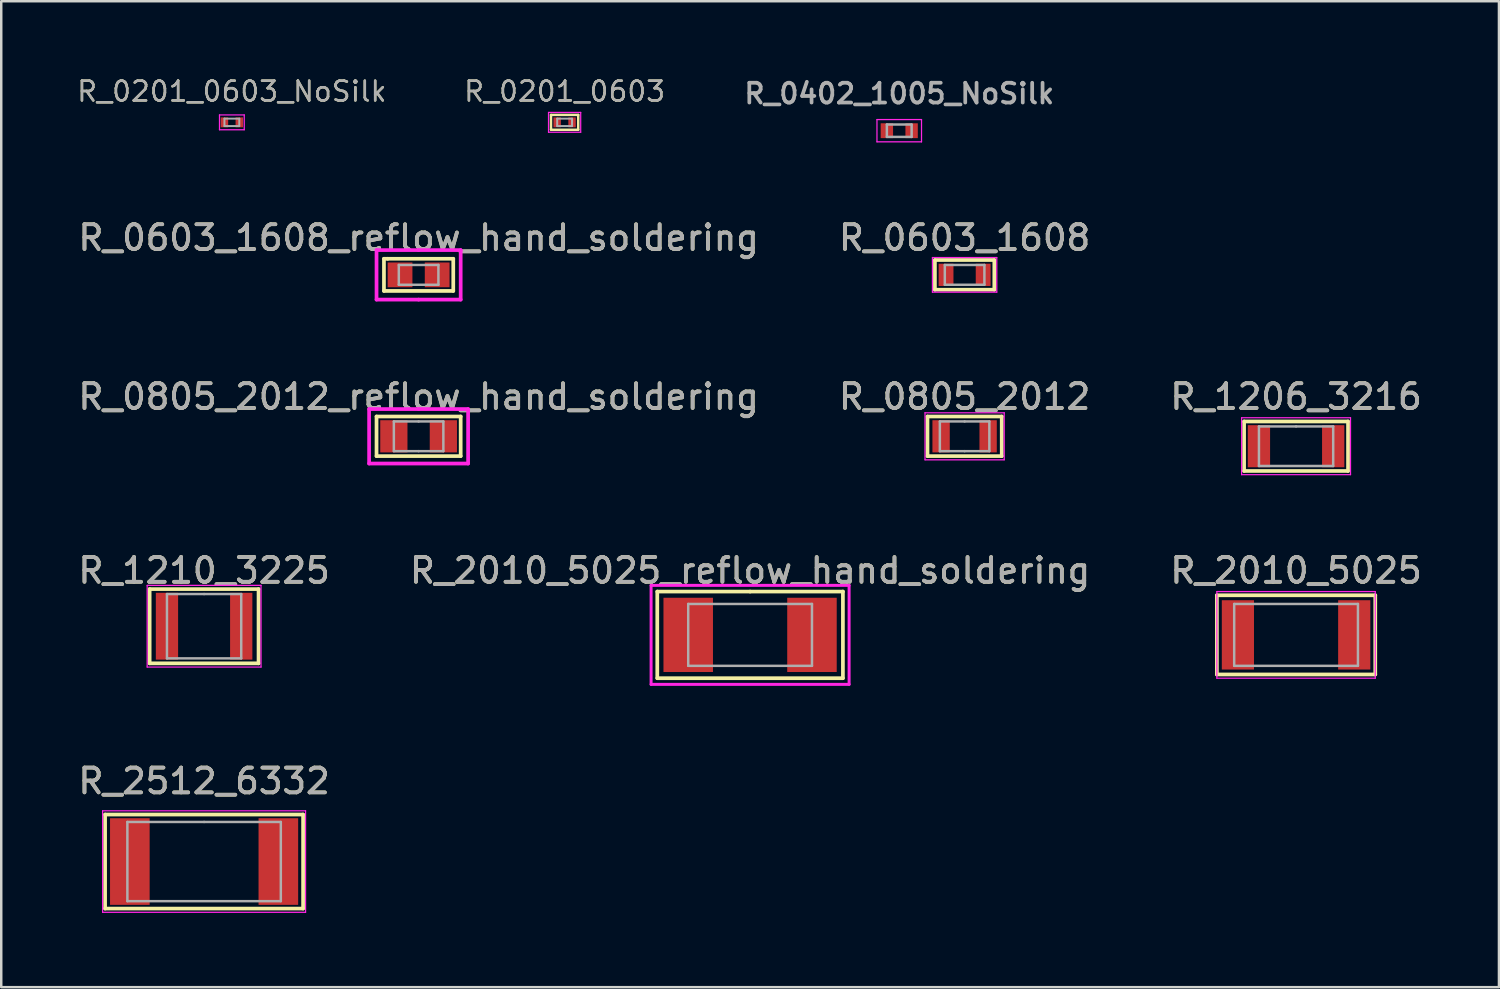
<source format=kicad_pcb>
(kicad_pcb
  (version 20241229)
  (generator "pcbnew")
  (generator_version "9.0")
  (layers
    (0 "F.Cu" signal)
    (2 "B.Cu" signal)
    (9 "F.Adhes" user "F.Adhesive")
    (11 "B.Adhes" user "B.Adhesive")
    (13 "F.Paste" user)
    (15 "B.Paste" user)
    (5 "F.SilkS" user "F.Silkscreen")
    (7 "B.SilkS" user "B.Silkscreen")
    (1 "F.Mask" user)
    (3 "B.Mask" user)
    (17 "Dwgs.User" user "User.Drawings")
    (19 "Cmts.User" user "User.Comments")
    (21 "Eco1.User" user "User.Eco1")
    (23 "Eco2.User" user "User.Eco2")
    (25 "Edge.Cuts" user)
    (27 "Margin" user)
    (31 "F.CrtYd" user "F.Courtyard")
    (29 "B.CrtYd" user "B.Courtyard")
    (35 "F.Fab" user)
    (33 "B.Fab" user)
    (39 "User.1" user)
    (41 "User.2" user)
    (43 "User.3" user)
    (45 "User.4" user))
  (footprint "R_2010_5025_reflow_hand_soldering"
    (layer "F.Cu")
    (at 27.256 22.601)
    (property "Reference" "R_2010_5025_reflow_hand_soldering" (at 0 -2.6 0) (layer "F.SilkS") (effects (font (size 1 1) (thickness 0.15))))
    (attr smd)
    (fp_line (start -3.75 -1.75) (end 0 -1.75) (stroke (width 0.15) (type solid)) (layer "F.SilkS"))
    (fp_line (start -3.75 1.75) (end -3.75 -1.75) (stroke (width 0.15) (type solid)) (layer "F.SilkS"))
    (fp_line (start 0 -1.75) (end 3.75 -1.75) (stroke (width 0.15) (type solid)) (layer "F.SilkS"))
    (fp_line (start 3.75 -1.75) (end 3.75 1.75) (stroke (width 0.15) (type solid)) (layer "F.SilkS"))
    (fp_line (start 3.75 1.75) (end -3.75 1.75) (stroke (width 0.15) (type solid)) (layer "F.SilkS"))
    (fp_line (start -4 -2) (end 4 -2) (stroke (width 0.12) (type solid)) (layer "F.CrtYd"))
    (fp_line (start -4 2) (end -4 -2) (stroke (width 0.12) (type solid)) (layer "F.CrtYd"))
    (fp_line (start 4 -2) (end 4 2) (stroke (width 0.12) (type solid)) (layer "F.CrtYd"))
    (fp_line (start 4 2) (end -4 2) (stroke (width 0.12) (type solid)) (layer "F.CrtYd"))
    (fp_line (start -2.5 -1.25) (end -2.5 1.25) (stroke (width 0.1) (type solid)) (layer "F.Fab"))
    (fp_line (start -2.5 1.25) (end 2.5 1.25) (stroke (width 0.1) (type solid)) (layer "F.Fab"))
    (fp_line (start 2.5 -1.25) (end -2.5 -1.25) (stroke (width 0.1) (type solid)) (layer "F.Fab"))
    (fp_line (start 2.5 1.25) (end 2.5 -1.25) (stroke (width 0.1) (type solid)) (layer "F.Fab"))
    (fp_text user "${REFERENCE}" (at 0 -2.6 0) (layer "F.Fab") (effects (font (size 1 1) (thickness 0.15))))
    (pad "1" smd rect (at -2.5 0) (size 2 3) (layers "F.Cu" "F.Mask" "F.Paste"))
    (pad "2" smd rect (at 2.5 0) (size 2 3) (layers "F.Cu" "F.Mask" "F.Paste")))
  (footprint "R_1206_3216"
    (layer "F.Cu")
    (at 49.315 14.978)
    (property "Reference" "R_1206_3216" (at 0 -2 0) (layer "F.SilkS") (effects (font (size 1 1) (thickness 0.15))))
    (attr smd)
    (fp_line (start -2.1 -1) (end -2.1 1) (stroke (width 0.15) (type solid)) (layer "F.SilkS"))
    (fp_line (start -2.1 -1) (end 2.1 -1) (stroke (width 0.15) (type solid)) (layer "F.SilkS"))
    (fp_line (start 2.1 -1) (end 2.1 1) (stroke (width 0.15) (type solid)) (layer "F.SilkS"))
    (fp_line (start 2.1 1) (end -2.1 1) (stroke (width 0.15) (type solid)) (layer "F.SilkS"))
    (fp_line (start -2.2 -1.15) (end -2.2 1.15) (stroke (width 0.05) (type solid)) (layer "F.CrtYd"))
    (fp_line (start -2.2 1.15) (end 2.2 1.15) (stroke (width 0.05) (type solid)) (layer "F.CrtYd"))
    (fp_line (start 2.2 -1.15) (end -2.2 -1.15) (stroke (width 0.05) (type solid)) (layer "F.CrtYd"))
    (fp_line (start 2.2 1.15) (end 2.2 -1.15) (stroke (width 0.05) (type solid)) (layer "F.CrtYd"))
    (fp_line (start -1.5 -0.8) (end 0 -0.8) (stroke (width 0.1) (type solid)) (layer "F.Fab"))
    (fp_line (start -1.5 0.8) (end -1.5 -0.8) (stroke (width 0.1) (type solid)) (layer "F.Fab"))
    (fp_line (start 0 -0.8) (end 1.5 -0.8) (stroke (width 0.1) (type solid)) (layer "F.Fab"))
    (fp_line (start 1.5 -0.8) (end 1.5 0.8) (stroke (width 0.1) (type solid)) (layer "F.Fab"))
    (fp_line (start 1.5 0.8) (end -1.5 0.8) (stroke (width 0.1) (type solid)) (layer "F.Fab"))
    (fp_text user "${REFERENCE}" (at 0 -2 0) (layer "F.Fab") (effects (font (size 1 1) (thickness 0.15))))
    (pad "1" smd rect (at -1.5 0) (size 0.9 1.7) (layers "F.Cu" "F.Mask" "F.Paste"))
    (pad "2" smd rect (at 1.5 0) (size 0.9 1.7) (layers "F.Cu" "F.Mask" "F.Paste")))
  (footprint "R_0201_0603_NoSilk"
    (layer "F.Cu")
    (at 6.318 1.893)
    (property "Reference" "R_0201_0603_NoSilk" (at 0 -1.25 0) (layer "F.SilkS") (effects (font (size 0.8 0.8) (thickness 0.1))))
    (attr smd)
    (fp_line (start -0.5 -0.3) (end -0.5 0.3) (stroke (width 0.05) (type solid)) (layer "F.CrtYd"))
    (fp_line (start -0.5 0.3) (end 0.5 0.3) (stroke (width 0.05) (type solid)) (layer "F.CrtYd"))
    (fp_line (start 0.5 -0.3) (end -0.5 -0.3) (stroke (width 0.05) (type solid)) (layer "F.CrtYd"))
    (fp_line (start 0.5 -0.3) (end 0.5 0.3) (stroke (width 0.05) (type solid)) (layer "F.CrtYd"))
    (fp_line (start -0.3 -0.15) (end -0.3 0.15) (stroke (width 0.08) (type solid)) (layer "F.Fab"))
    (fp_line (start -0.3 0.15) (end 0.3 0.15) (stroke (width 0.08) (type solid)) (layer "F.Fab"))
    (fp_line (start 0.3 -0.15) (end -0.3 -0.15) (stroke (width 0.08) (type solid)) (layer "F.Fab"))
    (fp_line (start 0.3 0.15) (end 0.3 -0.15) (stroke (width 0.08) (type solid)) (layer "F.Fab"))
    (fp_text user "${REFERENCE}" (at 0 -1.25 0) (layer "F.Fab") (effects (font (size 0.8 0.8) (thickness 0.1))))
    (pad "1" smd rect (at -0.3 0) (size 0.3 0.4) (layers "F.Cu" "F.Mask" "F.Paste"))
    (pad "2" smd rect (at 0.3 0) (size 0.3 0.4) (layers "F.Cu" "F.Mask" "F.Paste")))
  (footprint "R_1210_3225"
    (layer "F.Cu")
    (at 5.196 22.251)
    (property "Reference" "R_1210_3225" (at 0 -2.25 0) (layer "F.SilkS") (effects (font (size 1 1) (thickness 0.15))))
    (attr smd)
    (fp_line (start -2.2 -1.5) (end 2.2 -1.5) (stroke (width 0.15) (type solid)) (layer "F.SilkS"))
    (fp_line (start -2.2 1.5) (end -2.2 -1.5) (stroke (width 0.15) (type solid)) (layer "F.SilkS"))
    (fp_line (start 2.2 -1.5) (end 2.2 1.5) (stroke (width 0.15) (type solid)) (layer "F.SilkS"))
    (fp_line (start 2.2 1.5) (end -2.2 1.5) (stroke (width 0.15) (type solid)) (layer "F.SilkS"))
    (fp_line (start -2.3 -1.65) (end 2.3 -1.65) (stroke (width 0.05) (type solid)) (layer "F.CrtYd"))
    (fp_line (start -2.3 1.65) (end -2.3 -1.65) (stroke (width 0.05) (type solid)) (layer "F.CrtYd"))
    (fp_line (start 2.3 -1.65) (end 2.3 1.65) (stroke (width 0.05) (type solid)) (layer "F.CrtYd"))
    (fp_line (start 2.3 1.65) (end -2.3 1.65) (stroke (width 0.05) (type solid)) (layer "F.CrtYd"))
    (fp_line (start -1.5 -1.3) (end 0 -1.3) (stroke (width 0.1) (type solid)) (layer "F.Fab"))
    (fp_line (start -1.5 1.3) (end -1.5 -1.3) (stroke (width 0.1) (type solid)) (layer "F.Fab"))
    (fp_line (start 0 -1.3) (end 1.5 -1.3) (stroke (width 0.1) (type solid)) (layer "F.Fab"))
    (fp_line (start 1.5 -1.3) (end 1.5 1.3) (stroke (width 0.1) (type solid)) (layer "F.Fab"))
    (fp_line (start 1.5 1.3) (end -1.5 1.3) (stroke (width 0.1) (type solid)) (layer "F.Fab"))
    (fp_text user "${REFERENCE}" (at 0 -2.25 0) (layer "F.Fab") (effects (font (size 1 1) (thickness 0.15))))
    (pad "1" smd rect (at -1.5 0) (size 0.9 2.7) (layers "F.Cu" "F.Mask" "F.Paste"))
    (pad "2" smd rect (at 1.5 0) (size 0.9 2.7) (layers "F.Cu" "F.Mask" "F.Paste")))
  (footprint "R_0603_1608_reflow_hand_soldering"
    (layer "F.Cu")
    (at 13.863 8.055)
    (property "Reference" "R_0603_1608_reflow_hand_soldering" (at 0 -1.5 0) (layer "F.SilkS") (effects (font (size 1 1) (thickness 0.15))))
    (attr smd)
    (fp_line (start -1.4 -0.65) (end -1.25 -0.65) (stroke (width 0.15) (type solid)) (layer "F.SilkS"))
    (fp_line (start -1.4 0.65) (end -1.4 -0.65) (stroke (width 0.15) (type solid)) (layer "F.SilkS"))
    (fp_line (start -1.25 -0.65) (end 1.4 -0.65) (stroke (width 0.15) (type solid)) (layer "F.SilkS"))
    (fp_line (start 1.4 -0.65) (end 1.4 0.65) (stroke (width 0.15) (type solid)) (layer "F.SilkS"))
    (fp_line (start 1.4 0.65) (end -1.4 0.65) (stroke (width 0.15) (type solid)) (layer "F.SilkS"))
    (fp_line (start -1.7 -1) (end -1.7 1) (stroke (width 0.15) (type solid)) (layer "F.CrtYd"))
    (fp_line (start -1.7 1) (end 0 1) (stroke (width 0.15) (type solid)) (layer "F.CrtYd"))
    (fp_line (start 0 -1) (end -1.7 -1) (stroke (width 0.15) (type solid)) (layer "F.CrtYd"))
    (fp_line (start 0 -1) (end 1.7 -1) (stroke (width 0.15) (type solid)) (layer "F.CrtYd"))
    (fp_line (start 1.7 -1) (end 1.7 1) (stroke (width 0.15) (type solid)) (layer "F.CrtYd"))
    (fp_line (start 1.7 1) (end 0 1) (stroke (width 0.15) (type solid)) (layer "F.CrtYd"))
    (fp_line (start -0.8 -0.4) (end 0.8 -0.4) (stroke (width 0.1) (type solid)) (layer "F.Fab"))
    (fp_line (start -0.8 0.4) (end -0.8 -0.4) (stroke (width 0.1) (type solid)) (layer "F.Fab"))
    (fp_line (start 0.8 -0.4) (end 0.8 0.4) (stroke (width 0.1) (type solid)) (layer "F.Fab"))
    (fp_line (start 0.8 0.4) (end -0.8 0.4) (stroke (width 0.1) (type solid)) (layer "F.Fab"))
    (fp_text user "${REFERENCE}" (at 0 -1.5 0) (layer "F.Fab") (effects (font (size 1 1) (thickness 0.15))))
    (pad "1" smd rect (at -0.75 0) (size 1 1) (layers "F.Cu" "F.Mask" "F.Paste"))
    (pad "2" smd rect (at 0.75 0) (size 1 1) (layers "F.Cu" "F.Mask" "F.Paste")))
  (footprint "R_0805_2012"
    (layer "F.Cu")
    (at 35.923 14.578)
    (property "Reference" "R_0805_2012" (at 0 -1.6 0) (layer "F.SilkS") (effects (font (size 1 1) (thickness 0.15))))
    (attr smd)
    (fp_line (start -1.5 -0.8) (end -1.5 0.8) (stroke (width 0.15) (type solid)) (layer "F.SilkS"))
    (fp_line (start -1.5 0.8) (end 1.5 0.8) (stroke (width 0.15) (type solid)) (layer "F.SilkS"))
    (fp_line (start 1.5 -0.8) (end -1.5 -0.8) (stroke (width 0.15) (type solid)) (layer "F.SilkS"))
    (fp_line (start 1.5 -0.8) (end 1.5 0.8) (stroke (width 0.15) (type solid)) (layer "F.SilkS"))
    (fp_line (start -1.6 -0.95) (end 1.6 -0.95) (stroke (width 0.05) (type solid)) (layer "F.CrtYd"))
    (fp_line (start -1.6 0.95) (end -1.6 -0.95) (stroke (width 0.05) (type solid)) (layer "F.CrtYd"))
    (fp_line (start 1.6 -0.95) (end 1.6 0.95) (stroke (width 0.05) (type solid)) (layer "F.CrtYd"))
    (fp_line (start 1.6 0.95) (end -1.6 0.95) (stroke (width 0.05) (type solid)) (layer "F.CrtYd"))
    (fp_line (start -1 -0.6) (end -1 0.6) (stroke (width 0.1) (type solid)) (layer "F.Fab"))
    (fp_line (start -1 0.6) (end 0 0.6) (stroke (width 0.1) (type solid)) (layer "F.Fab"))
    (fp_line (start 0 -0.6) (end -1 -0.6) (stroke (width 0.1) (type solid)) (layer "F.Fab"))
    (fp_line (start 0 -0.6) (end 1 -0.6) (stroke (width 0.1) (type solid)) (layer "F.Fab"))
    (fp_line (start 1 -0.6) (end 1 0.6) (stroke (width 0.1) (type solid)) (layer "F.Fab"))
    (fp_line (start 1 0.6) (end 0 0.6) (stroke (width 0.1) (type solid)) (layer "F.Fab"))
    (fp_text user "${REFERENCE}" (at 0 -1.6 0) (layer "F.Fab") (effects (font (size 1 1) (thickness 0.15))))
    (pad "1" smd rect (at -0.95 0) (size 0.7 1.3) (layers "F.Cu" "F.Mask" "F.Paste"))
    (pad "2" smd rect (at 0.95 0) (size 0.7 1.3) (layers "F.Cu" "F.Mask" "F.Paste")))
  (footprint "R_0603_1608"
    (layer "F.Cu")
    (at 35.923 8.055)
    (property "Reference" "R_0603_1608" (at 0 -1.5 0) (layer "F.SilkS") (effects (font (size 1 1) (thickness 0.15))))
    (attr smd)
    (fp_line (start -1.2 -0.6) (end 1.2 -0.6) (stroke (width 0.15) (type solid)) (layer "F.SilkS"))
    (fp_line (start -1.2 0.6) (end -1.2 -0.6) (stroke (width 0.15) (type solid)) (layer "F.SilkS"))
    (fp_line (start 1.2 -0.6) (end 1.2 0.6) (stroke (width 0.15) (type solid)) (layer "F.SilkS"))
    (fp_line (start 1.2 0.6) (end -1.2 0.6) (stroke (width 0.15) (type solid)) (layer "F.SilkS"))
    (fp_line (start -1.3 -0.7) (end 1.3 -0.7) (stroke (width 0.05) (type solid)) (layer "F.CrtYd"))
    (fp_line (start -1.3 0.7) (end -1.3 -0.7) (stroke (width 0.05) (type solid)) (layer "F.CrtYd"))
    (fp_line (start 1.3 -0.7) (end 1.3 0.7) (stroke (width 0.05) (type solid)) (layer "F.CrtYd"))
    (fp_line (start 1.3 0.7) (end -1.3 0.7) (stroke (width 0.05) (type solid)) (layer "F.CrtYd"))
    (fp_line (start -0.8 -0.4) (end 0.8 -0.4) (stroke (width 0.1) (type solid)) (layer "F.Fab"))
    (fp_line (start -0.8 0.4) (end -0.8 -0.4) (stroke (width 0.1) (type solid)) (layer "F.Fab"))
    (fp_line (start 0.8 -0.4) (end 0.8 0.4) (stroke (width 0.1) (type solid)) (layer "F.Fab"))
    (fp_line (start 0.8 0.4) (end -0.8 0.4) (stroke (width 0.1) (type solid)) (layer "F.Fab"))
    (fp_text user "${REFERENCE}" (at 0 -1.5 0) (layer "F.Fab") (effects (font (size 1 1) (thickness 0.15))))
    (pad "1" smd rect (at -0.75 0) (size 0.6 0.9) (layers "F.Cu" "F.Mask" "F.Paste"))
    (pad "2" smd rect (at 0.75 0) (size 0.6 0.9) (layers "F.Cu" "F.Mask" "F.Paste")))
  (footprint "R_2010_5025"
    (layer "F.Cu")
    (at 49.315 22.601)
    (property "Reference" "R_2010_5025" (at 0 -2.6 0) (layer "F.SilkS") (effects (font (size 1 1) (thickness 0.15))))
    (attr smd)
    (fp_line (start -3.2 -1.6) (end 3.2 -1.6) (stroke (width 0.15) (type solid)) (layer "F.SilkS"))
    (fp_line (start -3.2 1.6) (end -3.2 -1.6) (stroke (width 0.15) (type solid)) (layer "F.SilkS"))
    (fp_line (start 3.2 -1.6) (end 3.2 1.6) (stroke (width 0.15) (type solid)) (layer "F.SilkS"))
    (fp_line (start 3.2 1.6) (end -3.2 1.6) (stroke (width 0.15) (type solid)) (layer "F.SilkS"))
    (fp_line (start -3.2 -1.75) (end -3.2 1.75) (stroke (width 0.05) (type solid)) (layer "F.CrtYd"))
    (fp_line (start -3.2 1.75) (end 3.2 1.75) (stroke (width 0.05) (type solid)) (layer "F.CrtYd"))
    (fp_line (start 3.2 -1.75) (end -3.2 -1.75) (stroke (width 0.05) (type solid)) (layer "F.CrtYd"))
    (fp_line (start 3.2 1.75) (end 3.2 -1.75) (stroke (width 0.05) (type solid)) (layer "F.CrtYd"))
    (fp_line (start -2.5 -1.25) (end -2.5 1.25) (stroke (width 0.1) (type solid)) (layer "F.Fab"))
    (fp_line (start -2.5 1.25) (end 2.5 1.25) (stroke (width 0.1) (type solid)) (layer "F.Fab"))
    (fp_line (start 2.5 -1.25) (end -2.5 -1.25) (stroke (width 0.1) (type solid)) (layer "F.Fab"))
    (fp_line (start 2.5 1.25) (end 2.5 -1.25) (stroke (width 0.1) (type solid)) (layer "F.Fab"))
    (fp_text user "${REFERENCE}" (at 0 -2.6 0) (layer "F.Fab") (effects (font (size 1 1) (thickness 0.15))))
    (pad "1" smd rect (at -2.35 0) (size 1.3 2.8) (layers "F.Cu" "F.Mask" "F.Paste"))
    (pad "2" smd rect (at 2.35 0) (size 1.3 2.8) (layers "F.Cu" "F.Mask" "F.Paste")))
  (footprint "R_2512_6332"
    (layer "F.Cu")
    (at 5.196 31.759)
    (property "Reference" "R_2512_6332" (at 0 -3.25 0) (layer "F.SilkS") (effects (font (size 1 1) (thickness 0.15))))
    (attr smd)
    (fp_line (start -4 -1.9) (end -4 1.9) (stroke (width 0.15) (type solid)) (layer "F.SilkS"))
    (fp_line (start -4 1.9) (end 4 1.9) (stroke (width 0.15) (type solid)) (layer "F.SilkS"))
    (fp_line (start 4 -1.9) (end -4 -1.9) (stroke (width 0.15) (type solid)) (layer "F.SilkS"))
    (fp_line (start 4 1.9) (end 4 -1.9) (stroke (width 0.15) (type solid)) (layer "F.SilkS"))
    (fp_line (start -4.1 -2.05) (end 4.1 -2.05) (stroke (width 0.05) (type solid)) (layer "F.CrtYd"))
    (fp_line (start -4.1 2.05) (end -4.1 -2.05) (stroke (width 0.05) (type solid)) (layer "F.CrtYd"))
    (fp_line (start 4.1 -2.05) (end 4.1 2.05) (stroke (width 0.05) (type solid)) (layer "F.CrtYd"))
    (fp_line (start 4.1 2.05) (end -4.1 2.05) (stroke (width 0.05) (type solid)) (layer "F.CrtYd"))
    (fp_line (start -3.1 -1.6) (end 0 -1.6) (stroke (width 0.1) (type solid)) (layer "F.Fab"))
    (fp_line (start -3.1 1.6) (end -3.1 -1.6) (stroke (width 0.1) (type solid)) (layer "F.Fab"))
    (fp_line (start 0 -1.6) (end 3.1 -1.6) (stroke (width 0.1) (type solid)) (layer "F.Fab"))
    (fp_line (start 3.1 -1.6) (end 3.1 1.6) (stroke (width 0.1) (type solid)) (layer "F.Fab"))
    (fp_line (start 3.1 1.6) (end -3.1 1.6) (stroke (width 0.1) (type solid)) (layer "F.Fab"))
    (fp_text user "${REFERENCE}" (at 0 -3.25 0) (layer "F.Fab") (effects (font (size 1 1) (thickness 0.15))))
    (pad "1" smd rect (at -3 0) (size 1.6 3.5) (layers "F.Cu" "F.Mask" "F.Paste"))
    (pad "2" smd rect (at 3 0) (size 1.6 3.5) (layers "F.Cu" "F.Mask" "F.Paste")))
  (footprint "R_0201_0603"
    (layer "F.Cu")
    (at 19.762 1.893)
    (property "Reference" "R_0201_0603" (at 0 -1.25 0) (layer "F.SilkS") (effects (font (size 0.8 0.8) (thickness 0.1))))
    (attr smd)
    (fp_line (start -0.55 -0.3) (end -0.55 0.3) (stroke (width 0.1) (type solid)) (layer "F.SilkS"))
    (fp_line (start -0.55 0.3) (end 0.55 0.3) (stroke (width 0.1) (type solid)) (layer "F.SilkS"))
    (fp_line (start 0.55 -0.3) (end -0.55 -0.3) (stroke (width 0.1) (type solid)) (layer "F.SilkS"))
    (fp_line (start 0.55 0.3) (end 0.55 -0.3) (stroke (width 0.1) (type solid)) (layer "F.SilkS"))
    (fp_line (start -0.65 -0.4) (end -0.65 0.4) (stroke (width 0.05) (type solid)) (layer "F.CrtYd"))
    (fp_line (start -0.65 0.4) (end 0.65 0.4) (stroke (width 0.05) (type solid)) (layer "F.CrtYd"))
    (fp_line (start 0.65 -0.4) (end -0.65 -0.4) (stroke (width 0.05) (type solid)) (layer "F.CrtYd"))
    (fp_line (start 0.65 0.4) (end 0.65 -0.4) (stroke (width 0.05) (type solid)) (layer "F.CrtYd"))
    (fp_line (start -0.3 -0.15) (end -0.3 0.15) (stroke (width 0.08) (type solid)) (layer "F.Fab"))
    (fp_line (start -0.3 0.15) (end 0.3 0.15) (stroke (width 0.08) (type solid)) (layer "F.Fab"))
    (fp_line (start 0.3 -0.15) (end -0.3 -0.15) (stroke (width 0.08) (type solid)) (layer "F.Fab"))
    (fp_line (start 0.3 0.15) (end 0.3 -0.15) (stroke (width 0.08) (type solid)) (layer "F.Fab"))
    (fp_text user "${REFERENCE}" (at 0 -1.25 0) (layer "F.Fab") (effects (font (size 0.8 0.8) (thickness 0.1))))
    (pad "1" smd rect (at -0.3 0) (size 0.3 0.4) (layers "F.Cu" "F.Mask" "F.Paste"))
    (pad "2" smd rect (at 0.3 0) (size 0.3 0.4) (layers "F.Cu" "F.Mask" "F.Paste")))
  (footprint "R_0402_1005_NoSilk"
    (layer "F.Cu")
    (at 33.282 2.231)
    (property "Reference" "R_0402_1005_NoSilk" (at 0 -1.5 0) (layer "F.SilkS") (effects (font (size 0.8 0.8) (thickness 0.1))))
    (attr smd)
    (fp_line (start -0.9 -0.45) (end 0.9 -0.45) (stroke (width 0.05) (type solid)) (layer "F.CrtYd"))
    (fp_line (start -0.9 0.45) (end -0.9 -0.45) (stroke (width 0.05) (type solid)) (layer "F.CrtYd"))
    (fp_line (start 0.9 -0.45) (end 0.9 0.45) (stroke (width 0.05) (type solid)) (layer "F.CrtYd"))
    (fp_line (start 0.9 0.45) (end -0.9 0.45) (stroke (width 0.05) (type solid)) (layer "F.CrtYd"))
    (fp_line (start -0.5 -0.25) (end 0.5 -0.25) (stroke (width 0.1) (type solid)) (layer "F.Fab"))
    (fp_line (start -0.5 0.25) (end -0.5 -0.25) (stroke (width 0.1) (type solid)) (layer "F.Fab"))
    (fp_line (start 0.5 -0.25) (end 0.5 0.25) (stroke (width 0.1) (type solid)) (layer "F.Fab"))
    (fp_line (start 0.5 0.25) (end -0.5 0.25) (stroke (width 0.1) (type solid)) (layer "F.Fab"))
    (fp_text user "${REFERENCE}" (at 0 -1.5 0) (layer "F.Fab") (effects (font (size 0.8 0.8) (thickness 0.15))))
    (pad "1" smd rect (at -0.5 0) (size 0.5 0.6) (layers "F.Cu" "F.Mask" "F.Paste"))
    (pad "2" smd rect (at 0.5 0) (size 0.5 0.6) (layers "F.Cu" "F.Mask" "F.Paste")))
  (footprint "R_0805_2012_reflow_hand_soldering"
    (layer "F.Cu")
    (at 13.863 14.578)
    (property "Reference" "R_0805_2012_reflow_hand_soldering" (at 0 -1.6 0) (layer "F.SilkS") (effects (font (size 1 1) (thickness 0.15))))
    (attr smd)
    (fp_line (start -1.7 -0.8) (end -1.7 0.8) (stroke (width 0.15) (type solid)) (layer "F.SilkS"))
    (fp_line (start -1.7 0.8) (end 1.7 0.8) (stroke (width 0.15) (type solid)) (layer "F.SilkS"))
    (fp_line (start 1.7 -0.8) (end -1.7 -0.8) (stroke (width 0.15) (type solid)) (layer "F.SilkS"))
    (fp_line (start 1.7 0.8) (end 1.7 -0.8) (stroke (width 0.15) (type solid)) (layer "F.SilkS"))
    (fp_line (start -2 -1.1) (end 0 -1.1) (stroke (width 0.15) (type solid)) (layer "F.CrtYd"))
    (fp_line (start -2 1.1) (end -2 -1.1) (stroke (width 0.15) (type solid)) (layer "F.CrtYd"))
    (fp_line (start 0 -1.1) (end 2 -1.1) (stroke (width 0.15) (type solid)) (layer "F.CrtYd"))
    (fp_line (start 2 -1.1) (end 2 1.1) (stroke (width 0.15) (type solid)) (layer "F.CrtYd"))
    (fp_line (start 2 1.1) (end -2 1.1) (stroke (width 0.15) (type solid)) (layer "F.CrtYd"))
    (fp_line (start -1 -0.6) (end -1 0.6) (stroke (width 0.1) (type solid)) (layer "F.Fab"))
    (fp_line (start -1 0.6) (end 0 0.6) (stroke (width 0.1) (type solid)) (layer "F.Fab"))
    (fp_line (start 0 -0.6) (end -1 -0.6) (stroke (width 0.1) (type solid)) (layer "F.Fab"))
    (fp_line (start 0 -0.6) (end 1 -0.6) (stroke (width 0.1) (type solid)) (layer "F.Fab"))
    (fp_line (start 1 -0.6) (end 1 0.6) (stroke (width 0.1) (type solid)) (layer "F.Fab"))
    (fp_line (start 1 0.6) (end 0 0.6) (stroke (width 0.1) (type solid)) (layer "F.Fab"))
    (fp_text user "${REFERENCE}" (at 0 -1.6 0) (layer "F.Fab") (effects (font (size 1 1) (thickness 0.15))))
    (pad "1" smd rect (at -1 0) (size 1.1 1.3) (layers "F.Cu" "F.Mask" "F.Paste"))
    (pad "2" smd rect (at 1 0) (size 1.1 1.3) (layers "F.Cu" "F.Mask" "F.Paste")))
  (gr_rect
    (start -3 -3)
    (end 57.512 36.834)
    (stroke (width 0.1) (type default))
    (fill no)
    (layer "Edge.Cuts")))
</source>
